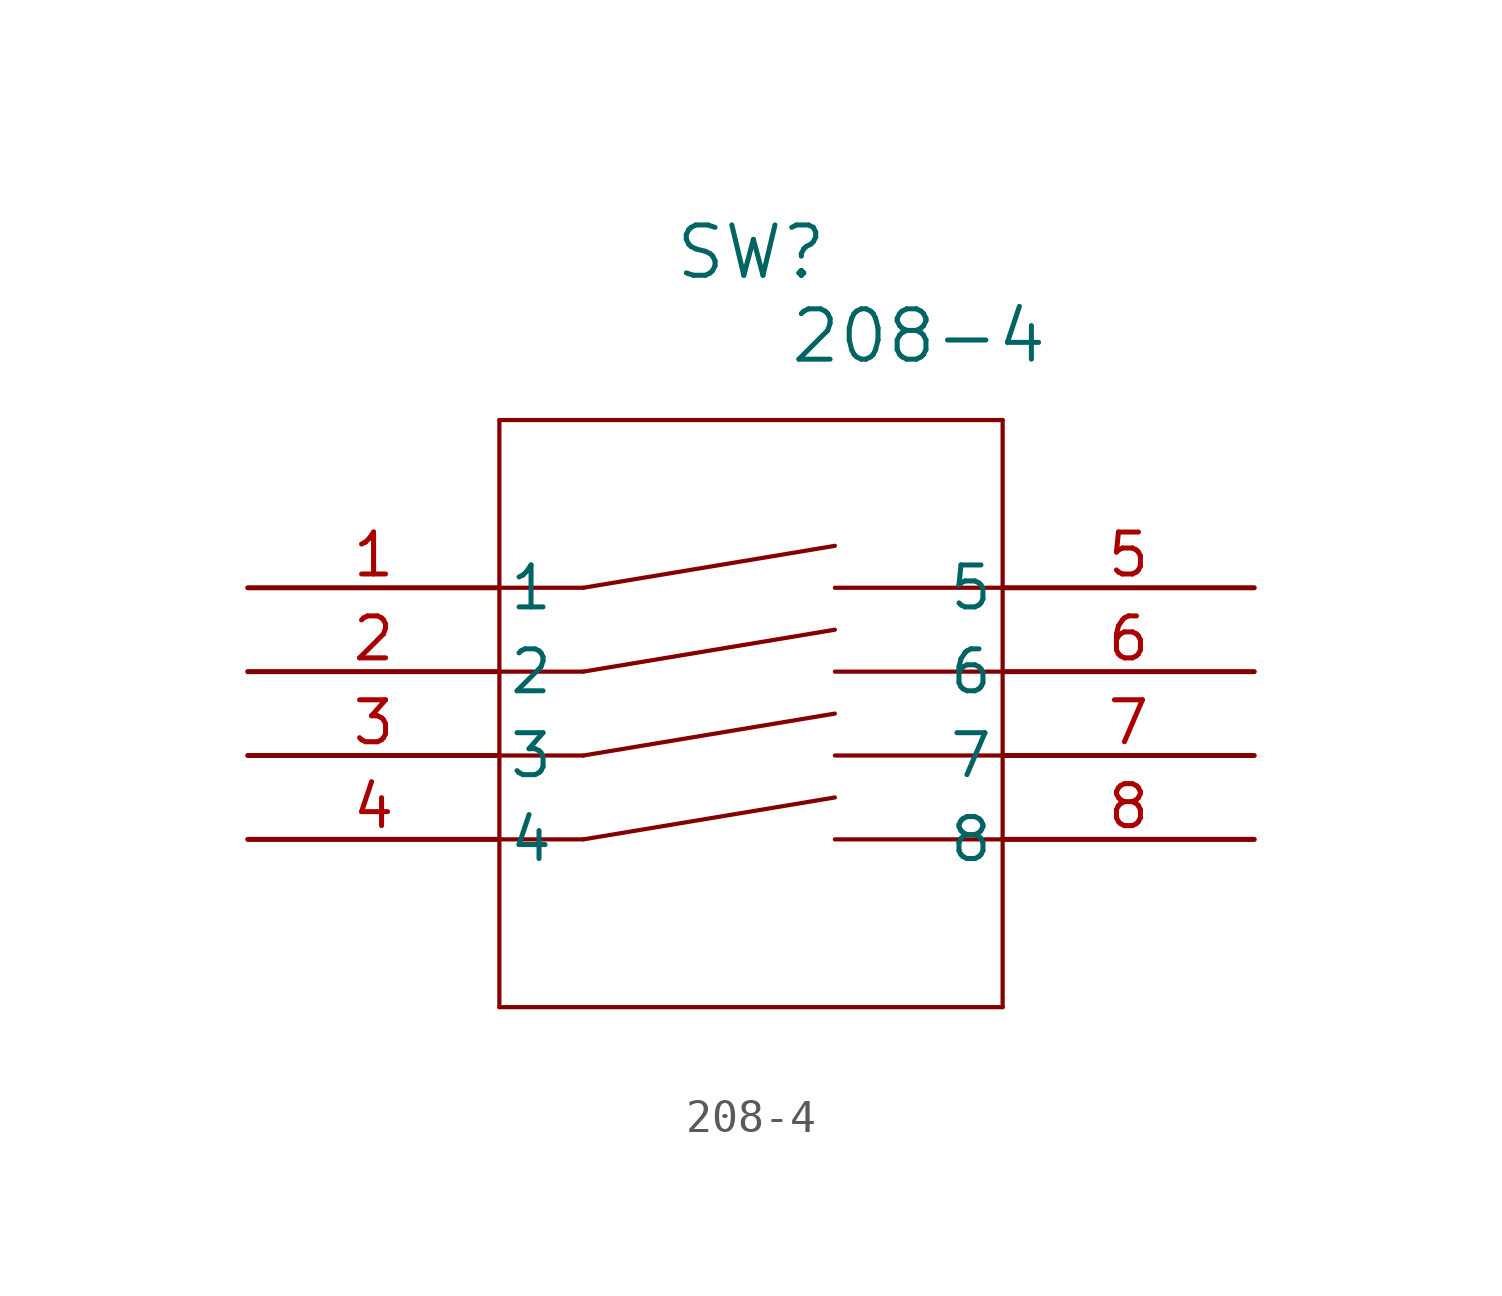
<source format=kicad_sym>
(kicad_symbol_lib
  (version 20241209)
  (generator "kicad_symbol_editor")
  (generator_version "9.0")
  (symbol "208-4"
    (pin_names
      (offset 0.254))
    (property "Reference" "SW"
      (at 15.24 10.16 0)
      (effects (font (size 1.524 1.524))))
    (property "Value" "208-4"
      (at 20.32 7.62 0)
      (effects (font (size 1.524 1.524))))
    (symbol "208-4_0_1"
      (polyline (pts (xy 7.62 5.08) (xy 7.62 -12.7)) (stroke (width 0.127) (type default)) (fill (type none)))
      (polyline (pts (xy 7.62 0) (xy 10.16 0)) (stroke (width 0.127) (type default)) (fill (type none)))
      (polyline (pts (xy 7.62 -2.54) (xy 10.16 -2.54)) (stroke (width 0.127) (type default)) (fill (type none)))
      (polyline (pts (xy 7.62 -5.08) (xy 10.16 -5.08)) (stroke (width 0.127) (type default)) (fill (type none)))
      (polyline (pts (xy 7.62 -7.62) (xy 10.16 -7.62)) (stroke (width 0.127) (type default)) (fill (type none)))
      (polyline (pts (xy 7.62 -12.7) (xy 22.86 -12.7)) (stroke (width 0.127) (type default)) (fill (type none)))
      (polyline (pts (xy 10.16 0) (xy 17.78 1.27)) (stroke (width 0.127) (type default)) (fill (type none)))
      (polyline (pts (xy 10.16 -2.54) (xy 17.78 -1.27)) (stroke (width 0.127) (type default)) (fill (type none)))
      (polyline (pts (xy 10.16 -5.08) (xy 17.78 -3.81)) (stroke (width 0.127) (type default)) (fill (type none)))
      (polyline (pts (xy 10.16 -7.62) (xy 17.78 -6.35)) (stroke (width 0.127) (type default)) (fill (type none)))
      (polyline (pts (xy 22.86 5.08) (xy 7.62 5.08)) (stroke (width 0.127) (type default)) (fill (type none)))
      (polyline (pts (xy 22.86 0) (xy 17.78 0)) (stroke (width 0.127) (type default)) (fill (type none)))
      (polyline (pts (xy 22.86 -2.54) (xy 17.78 -2.54)) (stroke (width 0.127) (type default)) (fill (type none)))
      (polyline (pts (xy 22.86 -5.08) (xy 17.78 -5.08)) (stroke (width 0.127) (type default)) (fill (type none)))
      (polyline (pts (xy 22.86 -7.62) (xy 17.78 -7.62)) (stroke (width 0.127) (type default)) (fill (type none)))
      (polyline (pts (xy 22.86 -12.7) (xy 22.86 5.08)) (stroke (width 0.127) (type default)) (fill (type none)))
      (pin unspecified line (at 0 0 0) (length 7.62) (name "1" (effects (font (size 1.27 1.27)))) (number "1" (effects (font (size 1.27 1.27)))))
      (pin unspecified line (at 0 -2.54 0) (length 7.62) (name "2" (effects (font (size 1.27 1.27)))) (number "2" (effects (font (size 1.27 1.27)))))
      (pin unspecified line (at 0 -5.08 0) (length 7.62) (name "3" (effects (font (size 1.27 1.27)))) (number "3" (effects (font (size 1.27 1.27)))))
      (pin unspecified line (at 0 -7.62 0) (length 7.62) (name "4" (effects (font (size 1.27 1.27)))) (number "4" (effects (font (size 1.27 1.27)))))
      (pin unspecified line (at 30.48 0 180) (length 7.62) (name "5" (effects (font (size 1.27 1.27)))) (number "5" (effects (font (size 1.27 1.27)))))
      (pin unspecified line (at 30.48 -2.54 180) (length 7.62) (name "6" (effects (font (size 1.27 1.27)))) (number "6" (effects (font (size 1.27 1.27)))))
      (pin unspecified line (at 30.48 -5.08 180) (length 7.62) (name "7" (effects (font (size 1.27 1.27)))) (number "7" (effects (font (size 1.27 1.27)))))
      (pin unspecified line (at 30.48 -7.62 180) (length 7.62) (name "8" (effects (font (size 1.27 1.27)))) (number "8" (effects (font (size 1.27 1.27))))))))
</source>
